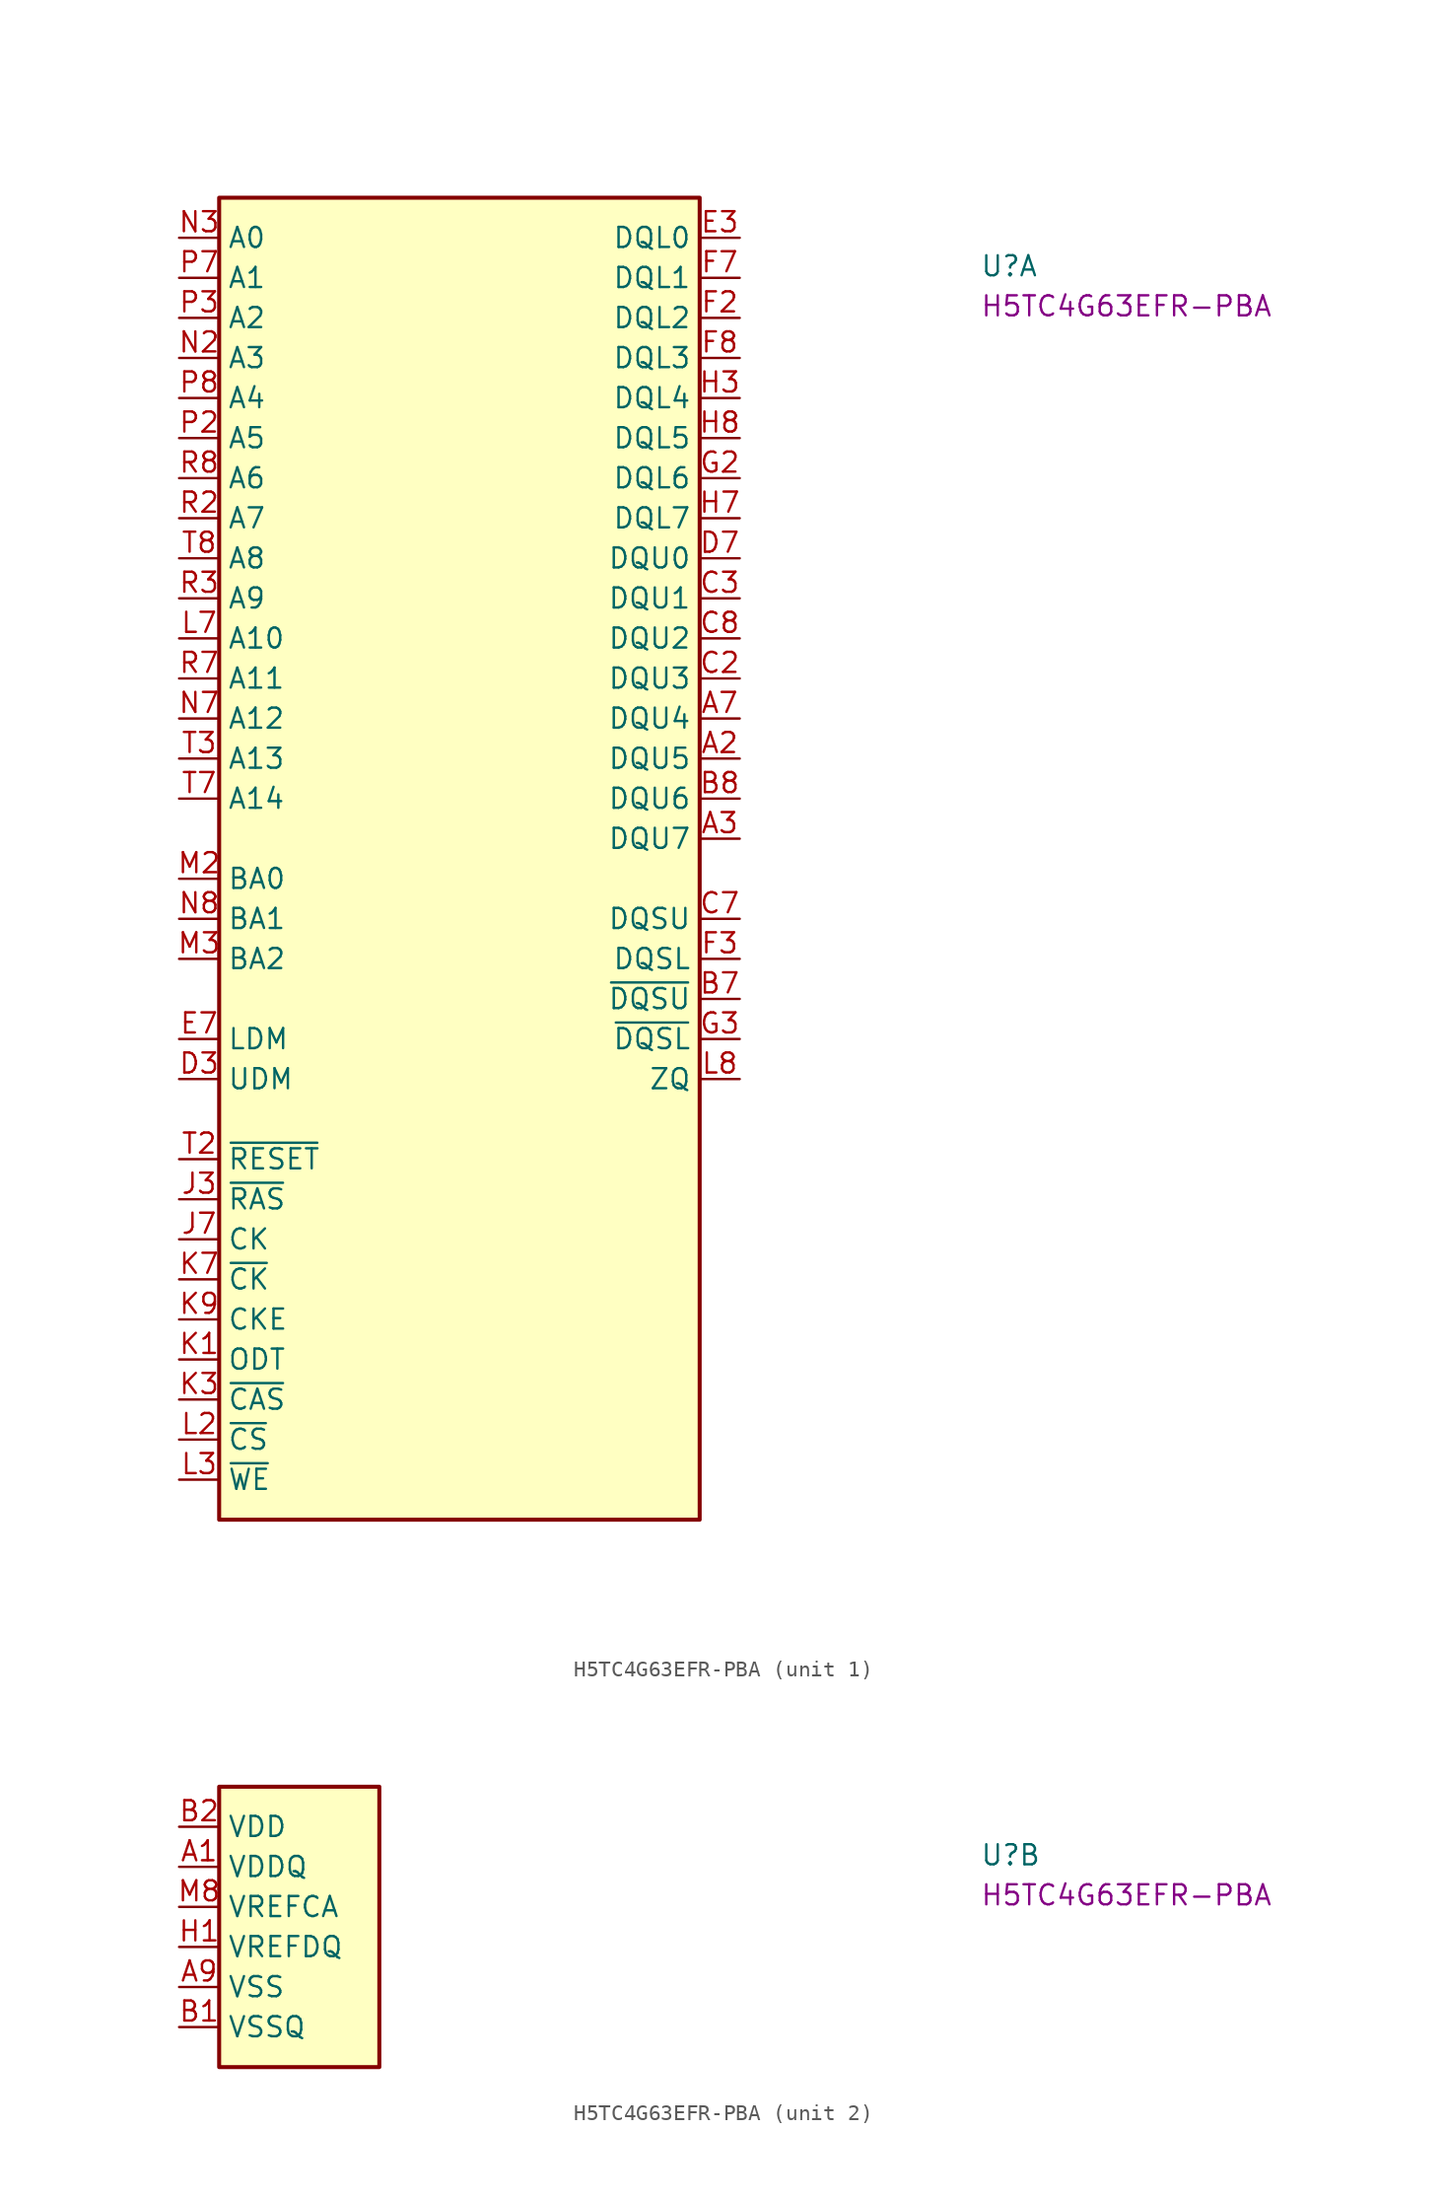
<source format=kicad_sym>
(kicad_symbol_lib
  (version 20220914)
  (generator kicad_symbol_editor)
  (symbol "H5TC4G63EFR-PBA"
    (property "Reference" "U"
      (at 50.8 -2.54 0)
      (effects (font (size 1.27 1.27) (thickness 0.15)) (justify left bottom)))
    (property "MPN" "H5TC4G63EFR-PBA"
      (at 50.8 -5.08 0)
      (effects (font (size 1.27 1.27) (thickness 0.15)) (justify left bottom)))
    (property "ki_locked" ""
      (at 0 0 0)
      (effects (font (size 1.27 1.27))))
    (symbol "H5TC4G63EFR-PBA_1_1"
      (rectangle (start 2.54 2.54) (end 33.02 -81.28) (stroke (width 0.254) (type default)) (fill (type background)))
      (pin bidirectional line (at 35.56 -33.02 180) (length 2.54) (name "DQU5" (effects (font (size 1.27 1.27)))) (number "A2" (effects (font (size 1.27 1.27)))))
      (pin bidirectional line (at 35.56 -38.1 180) (length 2.54) (name "DQU7" (effects (font (size 1.27 1.27)))) (number "A3" (effects (font (size 1.27 1.27)))))
      (pin bidirectional line (at 35.56 -30.48 180) (length 2.54) (name "DQU4" (effects (font (size 1.27 1.27)))) (number "A7" (effects (font (size 1.27 1.27)))))
      (pin bidirectional line (at 35.56 -48.26 180) (length 2.54) (name "~{DQSU}" (effects (font (size 1.27 1.27)))) (number "B7" (effects (font (size 1.27 1.27)))))
      (pin bidirectional line (at 35.56 -35.56 180) (length 2.54) (name "DQU6" (effects (font (size 1.27 1.27)))) (number "B8" (effects (font (size 1.27 1.27)))))
      (pin bidirectional line (at 35.56 -27.94 180) (length 2.54) (name "DQU3" (effects (font (size 1.27 1.27)))) (number "C2" (effects (font (size 1.27 1.27)))))
      (pin bidirectional line (at 35.56 -22.86 180) (length 2.54) (name "DQU1" (effects (font (size 1.27 1.27)))) (number "C3" (effects (font (size 1.27 1.27)))))
      (pin bidirectional line (at 35.56 -43.18 180) (length 2.54) (name "DQSU" (effects (font (size 1.27 1.27)))) (number "C7" (effects (font (size 1.27 1.27)))))
      (pin bidirectional line (at 35.56 -25.4 180) (length 2.54) (name "DQU2" (effects (font (size 1.27 1.27)))) (number "C8" (effects (font (size 1.27 1.27)))))
      (pin input line (at 0 -53.34 0) (length 2.54) (name "UDM" (effects (font (size 1.27 1.27)))) (number "D3" (effects (font (size 1.27 1.27)))))
      (pin bidirectional line (at 35.56 -20.32 180) (length 2.54) (name "DQU0" (effects (font (size 1.27 1.27)))) (number "D7" (effects (font (size 1.27 1.27)))))
      (pin bidirectional line (at 35.56 0 180) (length 2.54) (name "DQL0" (effects (font (size 1.27 1.27)))) (number "E3" (effects (font (size 1.27 1.27)))))
      (pin input line (at 0 -50.8 0) (length 2.54) (name "LDM" (effects (font (size 1.27 1.27)))) (number "E7" (effects (font (size 1.27 1.27)))))
      (pin bidirectional line (at 35.56 -5.08 180) (length 2.54) (name "DQL2" (effects (font (size 1.27 1.27)))) (number "F2" (effects (font (size 1.27 1.27)))))
      (pin bidirectional line (at 35.56 -45.72 180) (length 2.54) (name "DQSL" (effects (font (size 1.27 1.27)))) (number "F3" (effects (font (size 1.27 1.27)))))
      (pin bidirectional line (at 35.56 -2.54 180) (length 2.54) (name "DQL1" (effects (font (size 1.27 1.27)))) (number "F7" (effects (font (size 1.27 1.27)))))
      (pin bidirectional line (at 35.56 -7.62 180) (length 2.54) (name "DQL3" (effects (font (size 1.27 1.27)))) (number "F8" (effects (font (size 1.27 1.27)))))
      (pin bidirectional line (at 35.56 -15.24 180) (length 2.54) (name "DQL6" (effects (font (size 1.27 1.27)))) (number "G2" (effects (font (size 1.27 1.27)))))
      (pin bidirectional line (at 35.56 -50.8 180) (length 2.54) (name "~{DQSL}" (effects (font (size 1.27 1.27)))) (number "G3" (effects (font (size 1.27 1.27)))))
      (pin bidirectional line (at 35.56 -10.16 180) (length 2.54) (name "DQL4" (effects (font (size 1.27 1.27)))) (number "H3" (effects (font (size 1.27 1.27)))))
      (pin bidirectional line (at 35.56 -17.78 180) (length 2.54) (name "DQL7" (effects (font (size 1.27 1.27)))) (number "H7" (effects (font (size 1.27 1.27)))))
      (pin bidirectional line (at 35.56 -12.7 180) (length 2.54) (name "DQL5" (effects (font (size 1.27 1.27)))) (number "H8" (effects (font (size 1.27 1.27)))))
      (pin no_connect line (at 33.02 -68.58 180) (length 2.54) hide (name "NC" (effects (font (size 1.27 1.27)))) (number "J1" (effects (font (size 1.27 1.27)))))
      (pin input line (at 0 -60.96 0) (length 2.54) (name "~{RAS}" (effects (font (size 1.27 1.27)))) (number "J3" (effects (font (size 1.27 1.27)))))
      (pin input line (at 0 -63.5 0) (length 2.54) (name "CK" (effects (font (size 1.27 1.27)))) (number "J7" (effects (font (size 1.27 1.27)))))
      (pin no_connect line (at 33.02 -71.12 180) (length 2.54) hide (name "NC" (effects (font (size 1.27 1.27)))) (number "J9" (effects (font (size 1.27 1.27)))))
      (pin input line (at 0 -71.12 0) (length 2.54) (name "ODT" (effects (font (size 1.27 1.27)))) (number "K1" (effects (font (size 1.27 1.27)))))
      (pin input line (at 0 -73.66 0) (length 2.54) (name "~{CAS}" (effects (font (size 1.27 1.27)))) (number "K3" (effects (font (size 1.27 1.27)))))
      (pin input line (at 0 -66.04 0) (length 2.54) (name "~{CK}" (effects (font (size 1.27 1.27)))) (number "K7" (effects (font (size 1.27 1.27)))))
      (pin input line (at 0 -68.58 0) (length 2.54) (name "CKE" (effects (font (size 1.27 1.27)))) (number "K9" (effects (font (size 1.27 1.27)))))
      (pin no_connect line (at 33.02 -73.66 180) (length 2.54) hide (name "NC" (effects (font (size 1.27 1.27)))) (number "L1" (effects (font (size 1.27 1.27)))))
      (pin input line (at 0 -76.2 0) (length 2.54) (name "~{CS}" (effects (font (size 1.27 1.27)))) (number "L2" (effects (font (size 1.27 1.27)))))
      (pin input line (at 0 -78.74 0) (length 2.54) (name "~{WE}" (effects (font (size 1.27 1.27)))) (number "L3" (effects (font (size 1.27 1.27)))))
      (pin input line (at 0 -25.4 0) (length 2.54) (name "A10" (effects (font (size 1.27 1.27)))) (number "L7" (effects (font (size 1.27 1.27)))) (alternate "AP" passive line))
      (pin passive line (at 35.56 -53.34 180) (length 2.54) (name "ZQ" (effects (font (size 1.27 1.27)))) (number "L8" (effects (font (size 1.27 1.27)))))
      (pin no_connect line (at 33.02 -76.2 180) (length 2.54) hide (name "NC" (effects (font (size 1.27 1.27)))) (number "L9" (effects (font (size 1.27 1.27)))))
      (pin input line (at 0 -40.64 0) (length 2.54) (name "BA0" (effects (font (size 1.27 1.27)))) (number "M2" (effects (font (size 1.27 1.27)))))
      (pin input line (at 0 -45.72 0) (length 2.54) (name "BA2" (effects (font (size 1.27 1.27)))) (number "M3" (effects (font (size 1.27 1.27)))))
      (pin no_connect line (at 33.02 -78.74 180) (length 2.54) hide (name "NC" (effects (font (size 1.27 1.27)))) (number "M7" (effects (font (size 1.27 1.27)))))
      (pin input line (at 0 -7.62 0) (length 2.54) (name "A3" (effects (font (size 1.27 1.27)))) (number "N2" (effects (font (size 1.27 1.27)))))
      (pin input line (at 0 0 0) (length 2.54) (name "A0" (effects (font (size 1.27 1.27)))) (number "N3" (effects (font (size 1.27 1.27)))))
      (pin input line (at 0 -30.48 0) (length 2.54) (name "A12" (effects (font (size 1.27 1.27)))) (number "N7" (effects (font (size 1.27 1.27)))) (alternate "~{BC}" passive line))
      (pin input line (at 0 -43.18 0) (length 2.54) (name "BA1" (effects (font (size 1.27 1.27)))) (number "N8" (effects (font (size 1.27 1.27)))))
      (pin input line (at 0 -12.7 0) (length 2.54) (name "A5" (effects (font (size 1.27 1.27)))) (number "P2" (effects (font (size 1.27 1.27)))))
      (pin input line (at 0 -5.08 0) (length 2.54) (name "A2" (effects (font (size 1.27 1.27)))) (number "P3" (effects (font (size 1.27 1.27)))))
      (pin input line (at 0 -2.54 0) (length 2.54) (name "A1" (effects (font (size 1.27 1.27)))) (number "P7" (effects (font (size 1.27 1.27)))))
      (pin input line (at 0 -10.16 0) (length 2.54) (name "A4" (effects (font (size 1.27 1.27)))) (number "P8" (effects (font (size 1.27 1.27)))))
      (pin input line (at 0 -17.78 0) (length 2.54) (name "A7" (effects (font (size 1.27 1.27)))) (number "R2" (effects (font (size 1.27 1.27)))))
      (pin input line (at 0 -22.86 0) (length 2.54) (name "A9" (effects (font (size 1.27 1.27)))) (number "R3" (effects (font (size 1.27 1.27)))))
      (pin input line (at 0 -27.94 0) (length 2.54) (name "A11" (effects (font (size 1.27 1.27)))) (number "R7" (effects (font (size 1.27 1.27)))))
      (pin input line (at 0 -15.24 0) (length 2.54) (name "A6" (effects (font (size 1.27 1.27)))) (number "R8" (effects (font (size 1.27 1.27)))))
      (pin input line (at 0 -58.42 0) (length 2.54) (name "~{RESET}" (effects (font (size 1.27 1.27)))) (number "T2" (effects (font (size 1.27 1.27)))))
      (pin input line (at 0 -33.02 0) (length 2.54) (name "A13" (effects (font (size 1.27 1.27)))) (number "T3" (effects (font (size 1.27 1.27)))))
      (pin input line (at 0 -35.56 0) (length 2.54) (name "A14" (effects (font (size 1.27 1.27)))) (number "T7" (effects (font (size 1.27 1.27)))))
      (pin input line (at 0 -20.32 0) (length 2.54) (name "A8" (effects (font (size 1.27 1.27)))) (number "T8" (effects (font (size 1.27 1.27))))))
    (symbol "H5TC4G63EFR-PBA_2_1"
      (rectangle (start 2.54 2.54) (end 12.7 -15.24) (stroke (width 0.254) (type default)) (fill (type background)))
      (pin power_in line (at 0 -2.54 0) (length 2.54) (name "VDDQ" (effects (font (size 1.27 1.27)))) (number "A1" (effects (font (size 1.27 1.27)))))
      (pin passive line (at 0 -2.54 0) (length 2.54) hide (name "VDDQ" (effects (font (size 1.27 1.27)))) (number "A8" (effects (font (size 1.27 1.27)))))
      (pin power_in line (at 0 -10.16 0) (length 2.54) (name "VSS" (effects (font (size 1.27 1.27)))) (number "A9" (effects (font (size 1.27 1.27)))))
      (pin power_in line (at 0 -12.7 0) (length 2.54) (name "VSSQ" (effects (font (size 1.27 1.27)))) (number "B1" (effects (font (size 1.27 1.27)))))
      (pin power_in line (at 0 0 0) (length 2.54) (name "VDD" (effects (font (size 1.27 1.27)))) (number "B2" (effects (font (size 1.27 1.27)))))
      (pin passive line (at 0 -10.16 0) (length 2.54) hide (name "VSS" (effects (font (size 1.27 1.27)))) (number "B3" (effects (font (size 1.27 1.27)))))
      (pin passive line (at 0 -12.7 0) (length 2.54) hide (name "VSSQ" (effects (font (size 1.27 1.27)))) (number "B9" (effects (font (size 1.27 1.27)))))
      (pin passive line (at 0 -2.54 0) (length 2.54) hide (name "VDDQ" (effects (font (size 1.27 1.27)))) (number "C1" (effects (font (size 1.27 1.27)))))
      (pin passive line (at 0 -2.54 0) (length 2.54) hide (name "VDDQ" (effects (font (size 1.27 1.27)))) (number "C9" (effects (font (size 1.27 1.27)))))
      (pin passive line (at 0 -12.7 0) (length 2.54) hide (name "VSSQ" (effects (font (size 1.27 1.27)))) (number "D1" (effects (font (size 1.27 1.27)))))
      (pin passive line (at 0 -2.54 0) (length 2.54) hide (name "VDDQ" (effects (font (size 1.27 1.27)))) (number "D2" (effects (font (size 1.27 1.27)))))
      (pin passive line (at 0 -12.7 0) (length 2.54) hide (name "VSSQ" (effects (font (size 1.27 1.27)))) (number "D8" (effects (font (size 1.27 1.27)))))
      (pin passive line (at 0 0 0) (length 2.54) hide (name "VDD" (effects (font (size 1.27 1.27)))) (number "D9" (effects (font (size 1.27 1.27)))))
      (pin passive line (at 0 -10.16 0) (length 2.54) hide (name "VSS" (effects (font (size 1.27 1.27)))) (number "E1" (effects (font (size 1.27 1.27)))))
      (pin passive line (at 0 -12.7 0) (length 2.54) hide (name "VSSQ" (effects (font (size 1.27 1.27)))) (number "E2" (effects (font (size 1.27 1.27)))))
      (pin passive line (at 0 -12.7 0) (length 2.54) hide (name "VSSQ" (effects (font (size 1.27 1.27)))) (number "E8" (effects (font (size 1.27 1.27)))))
      (pin passive line (at 0 0 0) (length 2.54) hide (name "VDD" (effects (font (size 1.27 1.27)))) (number "E9" (effects (font (size 1.27 1.27)))))
      (pin passive line (at 0 -2.54 0) (length 2.54) hide (name "VDDQ" (effects (font (size 1.27 1.27)))) (number "F1" (effects (font (size 1.27 1.27)))))
      (pin passive line (at 0 -12.7 0) (length 2.54) hide (name "VSSQ" (effects (font (size 1.27 1.27)))) (number "F9" (effects (font (size 1.27 1.27)))))
      (pin passive line (at 0 -12.7 0) (length 2.54) hide (name "VSSQ" (effects (font (size 1.27 1.27)))) (number "G1" (effects (font (size 1.27 1.27)))))
      (pin passive line (at 0 0 0) (length 2.54) hide (name "VDD" (effects (font (size 1.27 1.27)))) (number "G7" (effects (font (size 1.27 1.27)))))
      (pin passive line (at 0 -10.16 0) (length 2.54) hide (name "VSS" (effects (font (size 1.27 1.27)))) (number "G8" (effects (font (size 1.27 1.27)))))
      (pin passive line (at 0 -12.7 0) (length 2.54) hide (name "VSSQ" (effects (font (size 1.27 1.27)))) (number "G9" (effects (font (size 1.27 1.27)))))
      (pin power_in line (at 0 -7.62 0) (length 2.54) (name "VREFDQ" (effects (font (size 1.27 1.27)))) (number "H1" (effects (font (size 1.27 1.27)))))
      (pin passive line (at 0 -2.54 0) (length 2.54) hide (name "VDDQ" (effects (font (size 1.27 1.27)))) (number "H2" (effects (font (size 1.27 1.27)))))
      (pin passive line (at 0 -2.54 0) (length 2.54) hide (name "VDDQ" (effects (font (size 1.27 1.27)))) (number "H9" (effects (font (size 1.27 1.27)))))
      (pin passive line (at 0 -10.16 0) (length 2.54) hide (name "VSS" (effects (font (size 1.27 1.27)))) (number "J2" (effects (font (size 1.27 1.27)))))
      (pin passive line (at 0 -10.16 0) (length 2.54) hide (name "VSS" (effects (font (size 1.27 1.27)))) (number "J8" (effects (font (size 1.27 1.27)))))
      (pin passive line (at 0 0 0) (length 2.54) hide (name "VDD" (effects (font (size 1.27 1.27)))) (number "K2" (effects (font (size 1.27 1.27)))))
      (pin passive line (at 0 0 0) (length 2.54) hide (name "VDD" (effects (font (size 1.27 1.27)))) (number "K8" (effects (font (size 1.27 1.27)))))
      (pin passive line (at 0 -10.16 0) (length 2.54) hide (name "VSS" (effects (font (size 1.27 1.27)))) (number "M1" (effects (font (size 1.27 1.27)))))
      (pin power_in line (at 0 -5.08 0) (length 2.54) (name "VREFCA" (effects (font (size 1.27 1.27)))) (number "M8" (effects (font (size 1.27 1.27)))))
      (pin passive line (at 0 -10.16 0) (length 2.54) hide (name "VSS" (effects (font (size 1.27 1.27)))) (number "M9" (effects (font (size 1.27 1.27)))))
      (pin passive line (at 0 0 0) (length 2.54) hide (name "VDD" (effects (font (size 1.27 1.27)))) (number "N1" (effects (font (size 1.27 1.27)))))
      (pin passive line (at 0 0 0) (length 2.54) hide (name "VDD" (effects (font (size 1.27 1.27)))) (number "N9" (effects (font (size 1.27 1.27)))))
      (pin passive line (at 0 -10.16 0) (length 2.54) hide (name "VSS" (effects (font (size 1.27 1.27)))) (number "P1" (effects (font (size 1.27 1.27)))))
      (pin passive line (at 0 -10.16 0) (length 2.54) hide (name "VSS" (effects (font (size 1.27 1.27)))) (number "P9" (effects (font (size 1.27 1.27)))))
      (pin passive line (at 0 0 0) (length 2.54) hide (name "VDD" (effects (font (size 1.27 1.27)))) (number "R1" (effects (font (size 1.27 1.27)))))
      (pin passive line (at 0 0 0) (length 2.54) hide (name "VDD" (effects (font (size 1.27 1.27)))) (number "R9" (effects (font (size 1.27 1.27)))))
      (pin passive line (at 0 -10.16 0) (length 2.54) hide (name "VSS" (effects (font (size 1.27 1.27)))) (number "T1" (effects (font (size 1.27 1.27)))))
      (pin passive line (at 0 -10.16 0) (length 2.54) hide (name "VSS" (effects (font (size 1.27 1.27)))) (number "T9" (effects (font (size 1.27 1.27))))))))
</source>
